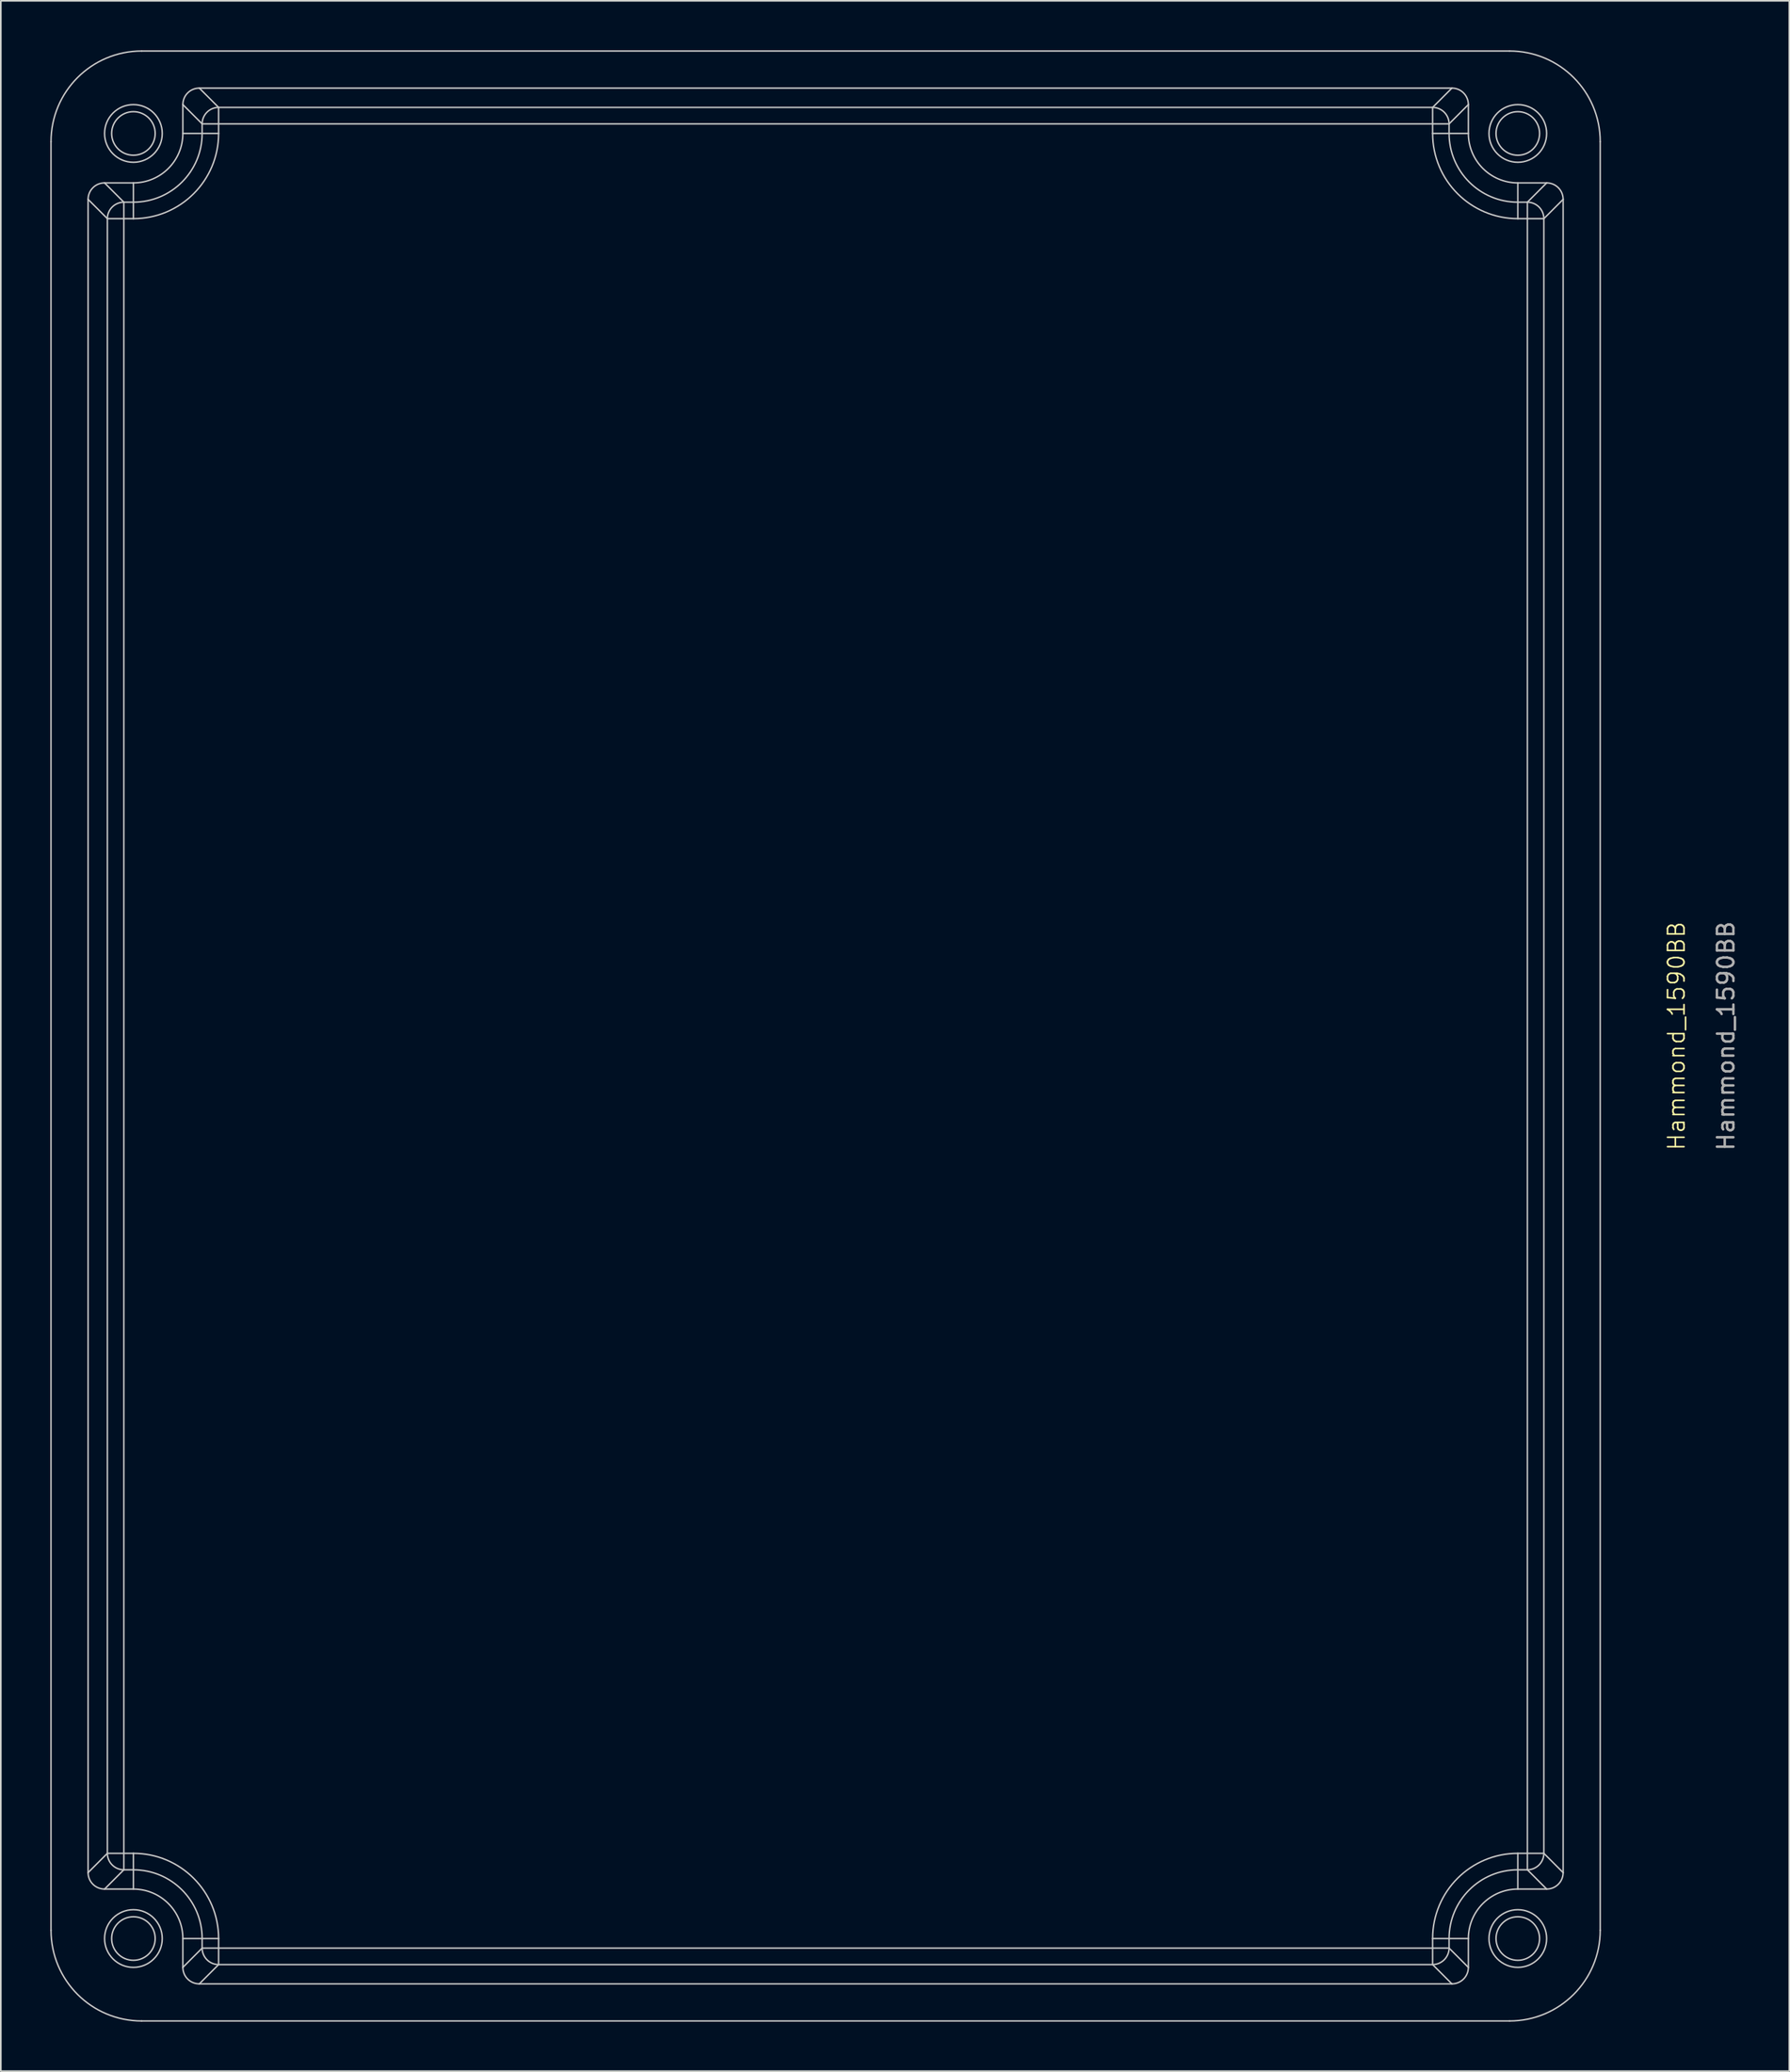
<source format=kicad_pcb>
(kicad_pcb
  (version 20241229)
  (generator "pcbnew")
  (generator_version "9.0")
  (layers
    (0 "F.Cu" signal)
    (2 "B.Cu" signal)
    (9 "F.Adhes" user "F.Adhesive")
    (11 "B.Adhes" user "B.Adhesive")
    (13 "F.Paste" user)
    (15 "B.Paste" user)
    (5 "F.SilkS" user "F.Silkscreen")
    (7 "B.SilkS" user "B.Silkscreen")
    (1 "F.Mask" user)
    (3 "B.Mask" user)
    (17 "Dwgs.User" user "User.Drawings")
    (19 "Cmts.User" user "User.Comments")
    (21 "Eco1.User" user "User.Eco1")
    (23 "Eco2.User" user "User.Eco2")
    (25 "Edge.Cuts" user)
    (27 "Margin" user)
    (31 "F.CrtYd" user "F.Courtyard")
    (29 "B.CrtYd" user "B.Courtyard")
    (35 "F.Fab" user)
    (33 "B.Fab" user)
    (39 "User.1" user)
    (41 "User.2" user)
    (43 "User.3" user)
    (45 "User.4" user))
  (footprint "Hammond_1590BB"
    (layer "F.Cu")
    (at 47.12 59.795)
    (property "Reference" "Hammond_1590BB" (at 51.55 0 90) (unlocked yes) (layer "F.SilkS") (effects (font (size 1 1) (thickness 0.1))))
    (fp_line (start -47.075 -54.25) (end -47.075 54.25) (stroke (width 0.09) (type solid)) (layer "Dwgs.User"))
    (fp_line (start -44.825 -50.751) (end -43.655 -49.581) (stroke (width 0.09) (type solid)) (layer "Dwgs.User"))
    (fp_line (start -44.825 50.751) (end -44.825 -50.751) (stroke (width 0.09) (type solid)) (layer "Dwgs.User"))
    (fp_line (start -43.826 -51.75) (end -42.075 -51.75) (stroke (width 0.09) (type solid)) (layer "Dwgs.User"))
    (fp_line (start -43.826 51.75) (end -42.656 50.58) (stroke (width 0.09) (type solid)) (layer "Dwgs.User"))
    (fp_line (start -43.655 -49.581) (end -43.655 49.581) (stroke (width 0.09) (type solid)) (layer "Dwgs.User"))
    (fp_line (start -43.655 -49.581) (end -42.656 -49.581) (stroke (width 0.09) (type solid)) (layer "Dwgs.User"))
    (fp_line (start -43.655 49.581) (end -44.825 50.751) (stroke (width 0.09) (type solid)) (layer "Dwgs.User"))
    (fp_line (start -42.656 -50.58) (end -43.826 -51.75) (stroke (width 0.09) (type solid)) (layer "Dwgs.User"))
    (fp_line (start -42.656 -49.581) (end -42.656 -50.58) (stroke (width 0.09) (type solid)) (layer "Dwgs.User"))
    (fp_line (start -42.656 -49.581) (end -42.075 -49.581) (stroke (width 0.09) (type solid)) (layer "Dwgs.User"))
    (fp_line (start -42.656 49.581) (end -43.655 49.581) (stroke (width 0.09) (type solid)) (layer "Dwgs.User"))
    (fp_line (start -42.656 49.581) (end -42.656 -49.581) (stroke (width 0.09) (type solid)) (layer "Dwgs.User"))
    (fp_line (start -42.656 50.58) (end -42.656 49.581) (stroke (width 0.09) (type solid)) (layer "Dwgs.User"))
    (fp_line (start -42.656 50.58) (end -42.075 50.58) (stroke (width 0.09) (type solid)) (layer "Dwgs.User"))
    (fp_line (start -42.075 -51.75) (end -42.075 -50.58) (stroke (width 0.09) (type solid)) (layer "Dwgs.User"))
    (fp_line (start -42.075 -50.58) (end -42.656 -50.58) (stroke (width 0.09) (type solid)) (layer "Dwgs.User"))
    (fp_line (start -42.075 -50.58) (end -42.075 -49.581) (stroke (width 0.09) (type solid)) (layer "Dwgs.User"))
    (fp_line (start -42.075 49.581) (end -42.656 49.581) (stroke (width 0.09) (type solid)) (layer "Dwgs.User"))
    (fp_line (start -42.075 49.581) (end -42.075 50.58) (stroke (width 0.09) (type solid)) (layer "Dwgs.User"))
    (fp_line (start -42.075 51.75) (end -43.826 51.75) (stroke (width 0.09) (type solid)) (layer "Dwgs.User"))
    (fp_line (start -42.075 51.75) (end -42.075 50.58) (stroke (width 0.09) (type solid)) (layer "Dwgs.User"))
    (fp_line (start -41.575 59.75) (end 41.425 59.75) (stroke (width 0.09) (type solid)) (layer "Dwgs.User"))
    (fp_line (start -39.075 -56.501) (end -37.905 -55.331) (stroke (width 0.09) (type solid)) (layer "Dwgs.User"))
    (fp_line (start -39.075 -54.75) (end -39.075 -56.501) (stroke (width 0.09) (type solid)) (layer "Dwgs.User"))
    (fp_line (start -39.075 -54.75) (end -37.905 -54.75) (stroke (width 0.09) (type solid)) (layer "Dwgs.User"))
    (fp_line (start -39.075 54.75) (end -37.905 54.75) (stroke (width 0.09) (type solid)) (layer "Dwgs.User"))
    (fp_line (start -39.075 56.501) (end -39.075 54.75) (stroke (width 0.09) (type solid)) (layer "Dwgs.User"))
    (fp_line (start -38.076 -57.5) (end 37.926 -57.5) (stroke (width 0.09) (type solid)) (layer "Dwgs.User"))
    (fp_line (start -38.076 57.5) (end -36.906 56.33) (stroke (width 0.09) (type solid)) (layer "Dwgs.User"))
    (fp_line (start -37.905 -55.331) (end -37.905 -54.75) (stroke (width 0.09) (type solid)) (layer "Dwgs.User"))
    (fp_line (start -37.905 -55.331) (end -36.906 -55.331) (stroke (width 0.09) (type solid)) (layer "Dwgs.User"))
    (fp_line (start -37.905 -54.75) (end -36.906 -54.75) (stroke (width 0.09) (type solid)) (layer "Dwgs.User"))
    (fp_line (start -37.905 54.75) (end -37.905 55.331) (stroke (width 0.09) (type solid)) (layer "Dwgs.User"))
    (fp_line (start -37.905 55.331) (end -39.075 56.501) (stroke (width 0.09) (type solid)) (layer "Dwgs.User"))
    (fp_line (start -36.906 -56.33) (end -38.076 -57.5) (stroke (width 0.09) (type solid)) (layer "Dwgs.User"))
    (fp_line (start -36.906 -55.331) (end -36.906 -56.33) (stroke (width 0.09) (type solid)) (layer "Dwgs.User"))
    (fp_line (start -36.906 -55.331) (end 36.756 -55.331) (stroke (width 0.09) (type solid)) (layer "Dwgs.User"))
    (fp_line (start -36.906 -54.75) (end -36.906 -55.331) (stroke (width 0.09) (type solid)) (layer "Dwgs.User"))
    (fp_line (start -36.906 54.75) (end -37.905 54.75) (stroke (width 0.09) (type solid)) (layer "Dwgs.User"))
    (fp_line (start -36.906 55.331) (end -37.905 55.331) (stroke (width 0.09) (type solid)) (layer "Dwgs.User"))
    (fp_line (start -36.906 55.331) (end -36.906 54.75) (stroke (width 0.09) (type solid)) (layer "Dwgs.User"))
    (fp_line (start -36.906 56.33) (end -36.906 55.331) (stroke (width 0.09) (type solid)) (layer "Dwgs.User"))
    (fp_line (start -36.906 56.33) (end 36.756 56.33) (stroke (width 0.09) (type solid)) (layer "Dwgs.User"))
    (fp_line (start 36.756 -56.33) (end -36.906 -56.33) (stroke (width 0.09) (type solid)) (layer "Dwgs.User"))
    (fp_line (start 36.756 -56.33) (end 36.756 -55.331) (stroke (width 0.09) (type solid)) (layer "Dwgs.User"))
    (fp_line (start 36.756 -55.331) (end 36.756 -54.75) (stroke (width 0.09) (type solid)) (layer "Dwgs.User"))
    (fp_line (start 36.756 -55.331) (end 37.755 -55.331) (stroke (width 0.09) (type solid)) (layer "Dwgs.User"))
    (fp_line (start 36.756 54.75) (end 36.756 55.331) (stroke (width 0.09) (type solid)) (layer "Dwgs.User"))
    (fp_line (start 36.756 54.75) (end 37.755 54.75) (stroke (width 0.09) (type solid)) (layer "Dwgs.User"))
    (fp_line (start 36.756 55.331) (end -36.906 55.331) (stroke (width 0.09) (type solid)) (layer "Dwgs.User"))
    (fp_line (start 36.756 55.331) (end 36.756 56.33) (stroke (width 0.09) (type solid)) (layer "Dwgs.User"))
    (fp_line (start 36.756 56.33) (end 37.926 57.5) (stroke (width 0.09) (type solid)) (layer "Dwgs.User"))
    (fp_line (start 37.755 -55.331) (end 38.925 -56.501) (stroke (width 0.09) (type solid)) (layer "Dwgs.User"))
    (fp_line (start 37.755 -54.75) (end 36.756 -54.75) (stroke (width 0.09) (type solid)) (layer "Dwgs.User"))
    (fp_line (start 37.755 -54.75) (end 37.755 -55.331) (stroke (width 0.09) (type solid)) (layer "Dwgs.User"))
    (fp_line (start 37.755 55.331) (end 36.756 55.331) (stroke (width 0.09) (type solid)) (layer "Dwgs.User"))
    (fp_line (start 37.755 55.331) (end 37.755 54.75) (stroke (width 0.09) (type solid)) (layer "Dwgs.User"))
    (fp_line (start 37.926 -57.5) (end 36.756 -56.33) (stroke (width 0.09) (type solid)) (layer "Dwgs.User"))
    (fp_line (start 37.926 57.5) (end -38.076 57.5) (stroke (width 0.09) (type solid)) (layer "Dwgs.User"))
    (fp_line (start 38.925 -56.501) (end 38.925 -54.75) (stroke (width 0.09) (type solid)) (layer "Dwgs.User"))
    (fp_line (start 38.925 -54.75) (end 37.755 -54.75) (stroke (width 0.09) (type solid)) (layer "Dwgs.User"))
    (fp_line (start 38.925 54.75) (end 37.755 54.75) (stroke (width 0.09) (type solid)) (layer "Dwgs.User"))
    (fp_line (start 38.925 54.75) (end 38.925 56.501) (stroke (width 0.09) (type solid)) (layer "Dwgs.User"))
    (fp_line (start 38.925 56.501) (end 37.755 55.331) (stroke (width 0.09) (type solid)) (layer "Dwgs.User"))
    (fp_line (start 41.425 -59.75) (end -41.575 -59.75) (stroke (width 0.09) (type solid)) (layer "Dwgs.User"))
    (fp_line (start 41.925 -51.75) (end 41.925 -50.58) (stroke (width 0.09) (type solid)) (layer "Dwgs.User"))
    (fp_line (start 41.925 -51.75) (end 43.676 -51.75) (stroke (width 0.09) (type solid)) (layer "Dwgs.User"))
    (fp_line (start 41.925 -50.58) (end 41.925 -49.581) (stroke (width 0.09) (type solid)) (layer "Dwgs.User"))
    (fp_line (start 41.925 -49.581) (end 42.506 -49.581) (stroke (width 0.09) (type solid)) (layer "Dwgs.User"))
    (fp_line (start 41.925 49.581) (end 41.925 50.58) (stroke (width 0.09) (type solid)) (layer "Dwgs.User"))
    (fp_line (start 41.925 50.58) (end 42.506 50.58) (stroke (width 0.09) (type solid)) (layer "Dwgs.User"))
    (fp_line (start 41.925 51.75) (end 41.925 50.58) (stroke (width 0.09) (type solid)) (layer "Dwgs.User"))
    (fp_line (start 42.506 -50.58) (end 41.925 -50.58) (stroke (width 0.09) (type solid)) (layer "Dwgs.User"))
    (fp_line (start 42.506 -50.58) (end 42.506 -49.581) (stroke (width 0.09) (type solid)) (layer "Dwgs.User"))
    (fp_line (start 42.506 -49.581) (end 42.506 49.581) (stroke (width 0.09) (type solid)) (layer "Dwgs.User"))
    (fp_line (start 42.506 -49.581) (end 43.505 -49.581) (stroke (width 0.09) (type solid)) (layer "Dwgs.User"))
    (fp_line (start 42.506 49.581) (end 41.925 49.581) (stroke (width 0.09) (type solid)) (layer "Dwgs.User"))
    (fp_line (start 42.506 49.581) (end 42.506 50.58) (stroke (width 0.09) (type solid)) (layer "Dwgs.User"))
    (fp_line (start 42.506 50.58) (end 43.676 51.75) (stroke (width 0.09) (type solid)) (layer "Dwgs.User"))
    (fp_line (start 43.505 -49.581) (end 44.675 -50.751) (stroke (width 0.09) (type solid)) (layer "Dwgs.User"))
    (fp_line (start 43.505 49.581) (end 42.506 49.581) (stroke (width 0.09) (type solid)) (layer "Dwgs.User"))
    (fp_line (start 43.505 49.581) (end 43.505 -49.581) (stroke (width 0.09) (type solid)) (layer "Dwgs.User"))
    (fp_line (start 43.676 -51.75) (end 42.506 -50.58) (stroke (width 0.09) (type solid)) (layer "Dwgs.User"))
    (fp_line (start 43.676 51.75) (end 41.925 51.75) (stroke (width 0.09) (type solid)) (layer "Dwgs.User"))
    (fp_line (start 44.675 -50.751) (end 44.675 50.751) (stroke (width 0.09) (type solid)) (layer "Dwgs.User"))
    (fp_line (start 44.675 50.751) (end 43.505 49.581) (stroke (width 0.09) (type solid)) (layer "Dwgs.User"))
    (fp_line (start 46.925 54.25) (end 46.925 -54.25) (stroke (width 0.09) (type solid)) (layer "Dwgs.User"))
    (fp_arc (start -47.074715 -54.25) (mid -45.463814 -58.139101) (end -41.574715 -59.75) (stroke (width 0.09) (type solid)) (layer "Dwgs.User"))
    (fp_arc (start -42.074715 49.581117) (mid -38.419761 51.095046) (end -36.905832 54.75) (stroke (width 0.09) (type solid)) (layer "Dwgs.User"))
    (fp_arc (start -42.074715 50.580166) (mid -39.126195 51.80148) (end -37.90488 54.75) (stroke (width 0.09) (type solid)) (layer "Dwgs.User"))
    (fp_arc (start -42.074715 51.75) (mid -39.953393 52.628678) (end -39.074715 54.75) (stroke (width 0.09) (type solid)) (layer "Dwgs.User"))
    (fp_arc (start -41.574715 59.75) (mid -45.463791 58.139076) (end -47.074715 54.25) (stroke (width 0.09) (type solid)) (layer "Dwgs.User"))
    (fp_arc (start -39.074715 -54.75) (mid -39.95336 -52.62862) (end -42.074715 -51.75) (stroke (width 0.09) (type solid)) (layer "Dwgs.User"))
    (fp_arc (start -37.90488 -54.75) (mid -39.126162 -51.801422) (end -42.074715 -50.580165) (stroke (width 0.09) (type solid)) (layer "Dwgs.User"))
    (fp_arc (start -36.905832 -54.75) (mid -38.419775 -51.095061) (end -42.074715 -49.581117) (stroke (width 0.09) (type solid)) (layer "Dwgs.User"))
    (fp_arc (start 36.756402 54.75) (mid 38.270329 51.095044) (end 41.925285 49.581117) (stroke (width 0.09) (type solid)) (layer "Dwgs.User"))
    (fp_arc (start 37.755451 54.75) (mid 38.976764 51.801479) (end 41.925285 50.580166) (stroke (width 0.09) (type solid)) (layer "Dwgs.User"))
    (fp_arc (start 38.925285 54.75) (mid 39.803961 52.628676) (end 41.925285 51.75) (stroke (width 0.09) (type solid)) (layer "Dwgs.User"))
    (fp_arc (start 41.425285 -59.75) (mid 45.314381 -58.139097) (end 46.925285 -54.25) (stroke (width 0.09) (type solid)) (layer "Dwgs.User"))
    (fp_arc (start 41.925285 -51.75) (mid 39.803974 -52.628685) (end 38.925285 -54.75) (stroke (width 0.09) (type solid)) (layer "Dwgs.User"))
    (fp_arc (start 41.925285 -50.580165) (mid 38.976776 -51.801487) (end 37.755451 -54.75) (stroke (width 0.09) (type solid)) (layer "Dwgs.User"))
    (fp_arc (start 41.925285 -49.581117) (mid 38.270341 -51.095058) (end 36.756402 -54.75) (stroke (width 0.09) (type solid)) (layer "Dwgs.User"))
    (fp_arc (start 46.925285 54.25) (mid 45.314368 58.139083) (end 41.425285 59.75) (stroke (width 0.09) (type solid)) (layer "Dwgs.User"))
    (fp_circle (center -42.075 -54.75) (end -42.075 -53.429) (stroke (width 0.09) (type solid)) (fill no) (layer "Dwgs.User"))
    (fp_circle (center -42.075 -54.75) (end -42.075 -53) (stroke (width 0.09) (type solid)) (fill no) (layer "Dwgs.User"))
    (fp_circle (center -42.075 54.75) (end -42.075 56.071) (stroke (width 0.09) (type solid)) (fill no) (layer "Dwgs.User"))
    (fp_circle (center -42.075 54.75) (end -42.075 56.5) (stroke (width 0.09) (type solid)) (fill no) (layer "Dwgs.User"))
    (fp_circle (center 41.925 -54.75) (end 41.925 -53.429) (stroke (width 0.09) (type solid)) (fill no) (layer "Dwgs.User"))
    (fp_circle (center 41.925 -54.75) (end 41.925 -53) (stroke (width 0.09) (type solid)) (fill no) (layer "Dwgs.User"))
    (fp_circle (center 41.925 54.75) (end 41.925 56.071) (stroke (width 0.09) (type solid)) (fill no) (layer "Dwgs.User"))
    (fp_circle (center 41.925 54.75) (end 41.925 56.5) (stroke (width 0.09) (type solid)) (fill no) (layer "Dwgs.User"))
    (fp_curve (pts (xy -44.825 50.751) (xy -44.825 51.303) (xy -44.378 51.75) (xy -43.826 51.75)) (stroke (width 0.09) (type solid)) (layer "Dwgs.User"))
    (fp_curve (pts (xy -43.826 -51.75) (xy -44.378 -51.75) (xy -44.825 -51.303) (xy -44.825 -50.751)) (stroke (width 0.09) (type solid)) (layer "Dwgs.User"))
    (fp_curve (pts (xy -43.655 49.581) (xy -43.654 50.132) (xy -43.207 50.579) (xy -42.656 50.58)) (stroke (width 0.09) (type solid)) (layer "Dwgs.User"))
    (fp_curve (pts (xy -42.656 -50.58) (xy -43.207 -50.579) (xy -43.654 -50.132) (xy -43.655 -49.581)) (stroke (width 0.09) (type solid)) (layer "Dwgs.User"))
    (fp_curve (pts (xy -39.075 56.501) (xy -39.075 57.053) (xy -38.628 57.5) (xy -38.076 57.5)) (stroke (width 0.09) (type solid)) (layer "Dwgs.User"))
    (fp_curve (pts (xy -38.076 -57.5) (xy -38.628 -57.5) (xy -39.075 -57.053) (xy -39.075 -56.501)) (stroke (width 0.09) (type solid)) (layer "Dwgs.User"))
    (fp_curve (pts (xy -37.905 55.331) (xy -37.904 55.882) (xy -37.457 56.329) (xy -36.906 56.33)) (stroke (width 0.09) (type solid)) (layer "Dwgs.User"))
    (fp_curve (pts (xy -36.906 -56.33) (xy -37.457 -56.329) (xy -37.904 -55.882) (xy -37.905 -55.331)) (stroke (width 0.09) (type solid)) (layer "Dwgs.User"))
    (fp_curve (pts (xy 36.756 56.33) (xy 37.307 56.329) (xy 37.754 55.882) (xy 37.755 55.331)) (stroke (width 0.09) (type solid)) (layer "Dwgs.User"))
    (fp_curve (pts (xy 37.755 -55.331) (xy 37.754 -55.882) (xy 37.307 -56.329) (xy 36.756 -56.33)) (stroke (width 0.09) (type solid)) (layer "Dwgs.User"))
    (fp_curve (pts (xy 37.926 57.5) (xy 38.478 57.5) (xy 38.925 57.053) (xy 38.925 56.501)) (stroke (width 0.09) (type solid)) (layer "Dwgs.User"))
    (fp_curve (pts (xy 38.925 -56.501) (xy 38.925 -57.053) (xy 38.478 -57.5) (xy 37.926 -57.5)) (stroke (width 0.09) (type solid)) (layer "Dwgs.User"))
    (fp_curve (pts (xy 42.506 50.58) (xy 43.057 50.579) (xy 43.504 50.132) (xy 43.505 49.581)) (stroke (width 0.09) (type solid)) (layer "Dwgs.User"))
    (fp_curve (pts (xy 43.505 -49.581) (xy 43.504 -50.132) (xy 43.057 -50.579) (xy 42.506 -50.58)) (stroke (width 0.09) (type solid)) (layer "Dwgs.User"))
    (fp_curve (pts (xy 43.676 51.75) (xy 44.228 51.75) (xy 44.675 51.303) (xy 44.675 50.751)) (stroke (width 0.09) (type solid)) (layer "Dwgs.User"))
    (fp_curve (pts (xy 44.675 -50.751) (xy 44.675 -51.303) (xy 44.228 -51.75) (xy 43.676 -51.75)) (stroke (width 0.09) (type solid)) (layer "Dwgs.User"))
    (fp_text user "${REFERENCE}" (at 54.55 0 90) (unlocked yes) (layer "F.Fab") (effects (font (size 1 1) (thickness 0.15)))))
  (gr_rect
    (start -3 -3)
    (end 105.518 122.59)
    (stroke (width 0.1) (type default))
    (fill no)
    (layer "Edge.Cuts")))
</source>
